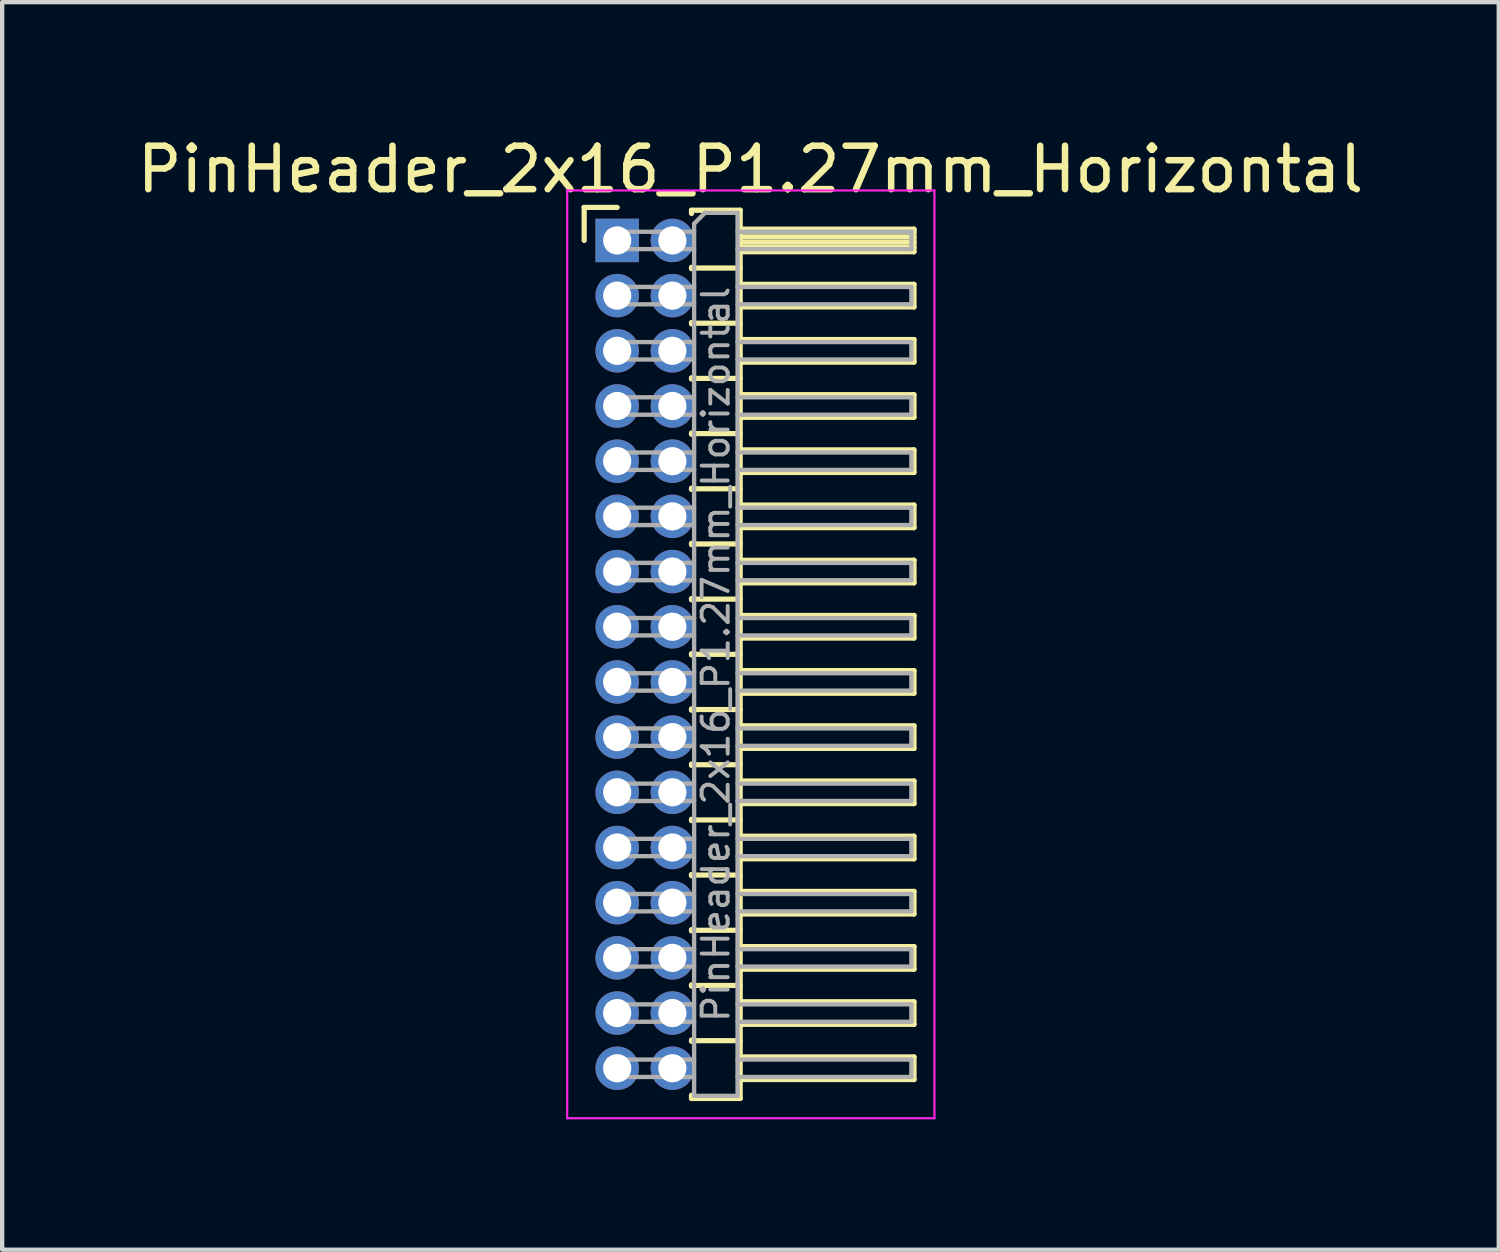
<source format=kicad_pcb>
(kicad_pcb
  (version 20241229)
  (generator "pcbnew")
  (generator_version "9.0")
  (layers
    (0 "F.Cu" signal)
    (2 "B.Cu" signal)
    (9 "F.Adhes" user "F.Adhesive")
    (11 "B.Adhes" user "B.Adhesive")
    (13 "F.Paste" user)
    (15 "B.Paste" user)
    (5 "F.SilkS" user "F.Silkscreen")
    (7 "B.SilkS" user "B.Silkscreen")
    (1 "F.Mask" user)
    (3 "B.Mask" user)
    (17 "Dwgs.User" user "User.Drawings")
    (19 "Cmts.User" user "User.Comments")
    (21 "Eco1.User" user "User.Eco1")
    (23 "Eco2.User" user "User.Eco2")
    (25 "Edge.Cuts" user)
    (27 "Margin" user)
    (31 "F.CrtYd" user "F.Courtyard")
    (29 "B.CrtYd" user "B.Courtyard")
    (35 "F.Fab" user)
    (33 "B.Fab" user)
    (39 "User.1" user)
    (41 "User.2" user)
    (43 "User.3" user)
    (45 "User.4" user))
  (footprint "PinHeader_2x16_P1.27mm_Horizontal"
    (layer "F.Cu")
    (at 11.153 2.483)
    (property "Reference" "PinHeader_2x16_P1.27mm_Horizontal" (at 3.067 -1.635 0) (layer "F.SilkS") (effects (font (size 1 1) (thickness 0.15))))
    (attr through_hole)
    (fp_line (start -0.76 -0.76) (end 0 -0.76) (stroke (width 0.12) (type solid)) (layer "F.SilkS"))
    (fp_line (start -0.76 0) (end -0.76 -0.76) (stroke (width 0.12) (type solid)) (layer "F.SilkS"))
    (fp_line (start 1.71 -0.695) (end 2.83 -0.695) (stroke (width 0.12) (type solid)) (layer "F.SilkS"))
    (fp_line (start 1.71 -0.62) (end 1.71 -0.695) (stroke (width 0.12) (type solid)) (layer "F.SilkS"))
    (fp_line (start 1.71 0.62) (end 1.71 0.65) (stroke (width 0.12) (type solid)) (layer "F.SilkS"))
    (fp_line (start 1.71 0.635) (end 2.83 0.635) (stroke (width 0.12) (type solid)) (layer "F.SilkS"))
    (fp_line (start 1.71 1.89) (end 1.71 1.92) (stroke (width 0.12) (type solid)) (layer "F.SilkS"))
    (fp_line (start 1.71 1.905) (end 2.83 1.905) (stroke (width 0.12) (type solid)) (layer "F.SilkS"))
    (fp_line (start 1.71 3.16) (end 1.71 3.19) (stroke (width 0.12) (type solid)) (layer "F.SilkS"))
    (fp_line (start 1.71 3.175) (end 2.83 3.175) (stroke (width 0.12) (type solid)) (layer "F.SilkS"))
    (fp_line (start 1.71 4.43) (end 1.71 4.46) (stroke (width 0.12) (type solid)) (layer "F.SilkS"))
    (fp_line (start 1.71 4.445) (end 2.83 4.445) (stroke (width 0.12) (type solid)) (layer "F.SilkS"))
    (fp_line (start 1.71 5.7) (end 1.71 5.73) (stroke (width 0.12) (type solid)) (layer "F.SilkS"))
    (fp_line (start 1.71 5.715) (end 2.83 5.715) (stroke (width 0.12) (type solid)) (layer "F.SilkS"))
    (fp_line (start 1.71 6.97) (end 1.71 7) (stroke (width 0.12) (type solid)) (layer "F.SilkS"))
    (fp_line (start 1.71 6.985) (end 2.83 6.985) (stroke (width 0.12) (type solid)) (layer "F.SilkS"))
    (fp_line (start 1.71 8.24) (end 1.71 8.27) (stroke (width 0.12) (type solid)) (layer "F.SilkS"))
    (fp_line (start 1.71 8.255) (end 2.83 8.255) (stroke (width 0.12) (type solid)) (layer "F.SilkS"))
    (fp_line (start 1.71 9.51) (end 1.71 9.54) (stroke (width 0.12) (type solid)) (layer "F.SilkS"))
    (fp_line (start 1.71 9.525) (end 2.83 9.525) (stroke (width 0.12) (type solid)) (layer "F.SilkS"))
    (fp_line (start 1.71 10.78) (end 1.71 10.81) (stroke (width 0.12) (type solid)) (layer "F.SilkS"))
    (fp_line (start 1.71 10.795) (end 2.83 10.795) (stroke (width 0.12) (type solid)) (layer "F.SilkS"))
    (fp_line (start 1.71 12.05) (end 1.71 12.08) (stroke (width 0.12) (type solid)) (layer "F.SilkS"))
    (fp_line (start 1.71 12.065) (end 2.83 12.065) (stroke (width 0.12) (type solid)) (layer "F.SilkS"))
    (fp_line (start 1.71 13.32) (end 1.71 13.35) (stroke (width 0.12) (type solid)) (layer "F.SilkS"))
    (fp_line (start 1.71 13.335) (end 2.83 13.335) (stroke (width 0.12) (type solid)) (layer "F.SilkS"))
    (fp_line (start 1.71 14.59) (end 1.71 14.62) (stroke (width 0.12) (type solid)) (layer "F.SilkS"))
    (fp_line (start 1.71 14.605) (end 2.83 14.605) (stroke (width 0.12) (type solid)) (layer "F.SilkS"))
    (fp_line (start 1.71 15.86) (end 1.71 15.89) (stroke (width 0.12) (type solid)) (layer "F.SilkS"))
    (fp_line (start 1.71 15.875) (end 2.83 15.875) (stroke (width 0.12) (type solid)) (layer "F.SilkS"))
    (fp_line (start 1.71 17.13) (end 1.71 17.16) (stroke (width 0.12) (type solid)) (layer "F.SilkS"))
    (fp_line (start 1.71 17.145) (end 2.83 17.145) (stroke (width 0.12) (type solid)) (layer "F.SilkS"))
    (fp_line (start 1.71 18.4) (end 1.71 18.43) (stroke (width 0.12) (type solid)) (layer "F.SilkS"))
    (fp_line (start 1.71 18.415) (end 2.83 18.415) (stroke (width 0.12) (type solid)) (layer "F.SilkS"))
    (fp_line (start 1.71 19.745) (end 1.71 19.67) (stroke (width 0.12) (type solid)) (layer "F.SilkS"))
    (fp_line (start 2.83 -0.695) (end 2.83 19.745) (stroke (width 0.12) (type solid)) (layer "F.SilkS"))
    (fp_line (start 2.83 -0.26) (end 6.83 -0.26) (stroke (width 0.12) (type solid)) (layer "F.SilkS"))
    (fp_line (start 2.83 -0.2) (end 6.83 -0.2) (stroke (width 0.12) (type solid)) (layer "F.SilkS"))
    (fp_line (start 2.83 -0.08) (end 6.83 -0.08) (stroke (width 0.12) (type solid)) (layer "F.SilkS"))
    (fp_line (start 2.83 0.04) (end 6.83 0.04) (stroke (width 0.12) (type solid)) (layer "F.SilkS"))
    (fp_line (start 2.83 0.16) (end 6.83 0.16) (stroke (width 0.12) (type solid)) (layer "F.SilkS"))
    (fp_line (start 2.83 1.01) (end 6.83 1.01) (stroke (width 0.12) (type solid)) (layer "F.SilkS"))
    (fp_line (start 2.83 2.28) (end 6.83 2.28) (stroke (width 0.12) (type solid)) (layer "F.SilkS"))
    (fp_line (start 2.83 3.55) (end 6.83 3.55) (stroke (width 0.12) (type solid)) (layer "F.SilkS"))
    (fp_line (start 2.83 4.82) (end 6.83 4.82) (stroke (width 0.12) (type solid)) (layer "F.SilkS"))
    (fp_line (start 2.83 6.09) (end 6.83 6.09) (stroke (width 0.12) (type solid)) (layer "F.SilkS"))
    (fp_line (start 2.83 7.36) (end 6.83 7.36) (stroke (width 0.12) (type solid)) (layer "F.SilkS"))
    (fp_line (start 2.83 8.63) (end 6.83 8.63) (stroke (width 0.12) (type solid)) (layer "F.SilkS"))
    (fp_line (start 2.83 9.9) (end 6.83 9.9) (stroke (width 0.12) (type solid)) (layer "F.SilkS"))
    (fp_line (start 2.83 11.17) (end 6.83 11.17) (stroke (width 0.12) (type solid)) (layer "F.SilkS"))
    (fp_line (start 2.83 12.44) (end 6.83 12.44) (stroke (width 0.12) (type solid)) (layer "F.SilkS"))
    (fp_line (start 2.83 13.71) (end 6.83 13.71) (stroke (width 0.12) (type solid)) (layer "F.SilkS"))
    (fp_line (start 2.83 14.98) (end 6.83 14.98) (stroke (width 0.12) (type solid)) (layer "F.SilkS"))
    (fp_line (start 2.83 16.25) (end 6.83 16.25) (stroke (width 0.12) (type solid)) (layer "F.SilkS"))
    (fp_line (start 2.83 17.52) (end 6.83 17.52) (stroke (width 0.12) (type solid)) (layer "F.SilkS"))
    (fp_line (start 2.83 18.79) (end 6.83 18.79) (stroke (width 0.12) (type solid)) (layer "F.SilkS"))
    (fp_line (start 2.83 19.745) (end 1.71 19.745) (stroke (width 0.12) (type solid)) (layer "F.SilkS"))
    (fp_line (start 6.83 -0.26) (end 6.83 0.26) (stroke (width 0.12) (type solid)) (layer "F.SilkS"))
    (fp_line (start 6.83 0.26) (end 2.83 0.26) (stroke (width 0.12) (type solid)) (layer "F.SilkS"))
    (fp_line (start 6.83 1.01) (end 6.83 1.53) (stroke (width 0.12) (type solid)) (layer "F.SilkS"))
    (fp_line (start 6.83 1.53) (end 2.83 1.53) (stroke (width 0.12) (type solid)) (layer "F.SilkS"))
    (fp_line (start 6.83 2.28) (end 6.83 2.8) (stroke (width 0.12) (type solid)) (layer "F.SilkS"))
    (fp_line (start 6.83 2.8) (end 2.83 2.8) (stroke (width 0.12) (type solid)) (layer "F.SilkS"))
    (fp_line (start 6.83 3.55) (end 6.83 4.07) (stroke (width 0.12) (type solid)) (layer "F.SilkS"))
    (fp_line (start 6.83 4.07) (end 2.83 4.07) (stroke (width 0.12) (type solid)) (layer "F.SilkS"))
    (fp_line (start 6.83 4.82) (end 6.83 5.34) (stroke (width 0.12) (type solid)) (layer "F.SilkS"))
    (fp_line (start 6.83 5.34) (end 2.83 5.34) (stroke (width 0.12) (type solid)) (layer "F.SilkS"))
    (fp_line (start 6.83 6.09) (end 6.83 6.61) (stroke (width 0.12) (type solid)) (layer "F.SilkS"))
    (fp_line (start 6.83 6.61) (end 2.83 6.61) (stroke (width 0.12) (type solid)) (layer "F.SilkS"))
    (fp_line (start 6.83 7.36) (end 6.83 7.88) (stroke (width 0.12) (type solid)) (layer "F.SilkS"))
    (fp_line (start 6.83 7.88) (end 2.83 7.88) (stroke (width 0.12) (type solid)) (layer "F.SilkS"))
    (fp_line (start 6.83 8.63) (end 6.83 9.15) (stroke (width 0.12) (type solid)) (layer "F.SilkS"))
    (fp_line (start 6.83 9.15) (end 2.83 9.15) (stroke (width 0.12) (type solid)) (layer "F.SilkS"))
    (fp_line (start 6.83 9.9) (end 6.83 10.42) (stroke (width 0.12) (type solid)) (layer "F.SilkS"))
    (fp_line (start 6.83 10.42) (end 2.83 10.42) (stroke (width 0.12) (type solid)) (layer "F.SilkS"))
    (fp_line (start 6.83 11.17) (end 6.83 11.69) (stroke (width 0.12) (type solid)) (layer "F.SilkS"))
    (fp_line (start 6.83 11.69) (end 2.83 11.69) (stroke (width 0.12) (type solid)) (layer "F.SilkS"))
    (fp_line (start 6.83 12.44) (end 6.83 12.96) (stroke (width 0.12) (type solid)) (layer "F.SilkS"))
    (fp_line (start 6.83 12.96) (end 2.83 12.96) (stroke (width 0.12) (type solid)) (layer "F.SilkS"))
    (fp_line (start 6.83 13.71) (end 6.83 14.23) (stroke (width 0.12) (type solid)) (layer "F.SilkS"))
    (fp_line (start 6.83 14.23) (end 2.83 14.23) (stroke (width 0.12) (type solid)) (layer "F.SilkS"))
    (fp_line (start 6.83 14.98) (end 6.83 15.5) (stroke (width 0.12) (type solid)) (layer "F.SilkS"))
    (fp_line (start 6.83 15.5) (end 2.83 15.5) (stroke (width 0.12) (type solid)) (layer "F.SilkS"))
    (fp_line (start 6.83 16.25) (end 6.83 16.77) (stroke (width 0.12) (type solid)) (layer "F.SilkS"))
    (fp_line (start 6.83 16.77) (end 2.83 16.77) (stroke (width 0.12) (type solid)) (layer "F.SilkS"))
    (fp_line (start 6.83 17.52) (end 6.83 18.04) (stroke (width 0.12) (type solid)) (layer "F.SilkS"))
    (fp_line (start 6.83 18.04) (end 2.83 18.04) (stroke (width 0.12) (type solid)) (layer "F.SilkS"))
    (fp_line (start 6.83 18.79) (end 6.83 19.31) (stroke (width 0.12) (type solid)) (layer "F.SilkS"))
    (fp_line (start 6.83 19.31) (end 2.83 19.31) (stroke (width 0.12) (type solid)) (layer "F.SilkS"))
    (fp_line (start -1.15 -1.15) (end -1.15 20.2) (stroke (width 0.05) (type solid)) (layer "F.CrtYd"))
    (fp_line (start -1.15 20.2) (end 7.3 20.2) (stroke (width 0.05) (type solid)) (layer "F.CrtYd"))
    (fp_line (start 7.3 -1.15) (end -1.15 -1.15) (stroke (width 0.05) (type solid)) (layer "F.CrtYd"))
    (fp_line (start 7.3 20.2) (end 7.3 -1.15) (stroke (width 0.05) (type solid)) (layer "F.CrtYd"))
    (fp_line (start -0.2 -0.2) (end -0.2 0.2) (stroke (width 0.1) (type solid)) (layer "F.Fab"))
    (fp_line (start -0.2 -0.2) (end 1.77 -0.2) (stroke (width 0.1) (type solid)) (layer "F.Fab"))
    (fp_line (start -0.2 0.2) (end 1.77 0.2) (stroke (width 0.1) (type solid)) (layer "F.Fab"))
    (fp_line (start -0.2 1.07) (end -0.2 1.47) (stroke (width 0.1) (type solid)) (layer "F.Fab"))
    (fp_line (start -0.2 1.07) (end 1.77 1.07) (stroke (width 0.1) (type solid)) (layer "F.Fab"))
    (fp_line (start -0.2 1.47) (end 1.77 1.47) (stroke (width 0.1) (type solid)) (layer "F.Fab"))
    (fp_line (start -0.2 2.34) (end -0.2 2.74) (stroke (width 0.1) (type solid)) (layer "F.Fab"))
    (fp_line (start -0.2 2.34) (end 1.77 2.34) (stroke (width 0.1) (type solid)) (layer "F.Fab"))
    (fp_line (start -0.2 2.74) (end 1.77 2.74) (stroke (width 0.1) (type solid)) (layer "F.Fab"))
    (fp_line (start -0.2 3.61) (end -0.2 4.01) (stroke (width 0.1) (type solid)) (layer "F.Fab"))
    (fp_line (start -0.2 3.61) (end 1.77 3.61) (stroke (width 0.1) (type solid)) (layer "F.Fab"))
    (fp_line (start -0.2 4.01) (end 1.77 4.01) (stroke (width 0.1) (type solid)) (layer "F.Fab"))
    (fp_line (start -0.2 4.88) (end -0.2 5.28) (stroke (width 0.1) (type solid)) (layer "F.Fab"))
    (fp_line (start -0.2 4.88) (end 1.77 4.88) (stroke (width 0.1) (type solid)) (layer "F.Fab"))
    (fp_line (start -0.2 5.28) (end 1.77 5.28) (stroke (width 0.1) (type solid)) (layer "F.Fab"))
    (fp_line (start -0.2 6.15) (end -0.2 6.55) (stroke (width 0.1) (type solid)) (layer "F.Fab"))
    (fp_line (start -0.2 6.15) (end 1.77 6.15) (stroke (width 0.1) (type solid)) (layer "F.Fab"))
    (fp_line (start -0.2 6.55) (end 1.77 6.55) (stroke (width 0.1) (type solid)) (layer "F.Fab"))
    (fp_line (start -0.2 7.42) (end -0.2 7.82) (stroke (width 0.1) (type solid)) (layer "F.Fab"))
    (fp_line (start -0.2 7.42) (end 1.77 7.42) (stroke (width 0.1) (type solid)) (layer "F.Fab"))
    (fp_line (start -0.2 7.82) (end 1.77 7.82) (stroke (width 0.1) (type solid)) (layer "F.Fab"))
    (fp_line (start -0.2 8.69) (end -0.2 9.09) (stroke (width 0.1) (type solid)) (layer "F.Fab"))
    (fp_line (start -0.2 8.69) (end 1.77 8.69) (stroke (width 0.1) (type solid)) (layer "F.Fab"))
    (fp_line (start -0.2 9.09) (end 1.77 9.09) (stroke (width 0.1) (type solid)) (layer "F.Fab"))
    (fp_line (start -0.2 9.96) (end -0.2 10.36) (stroke (width 0.1) (type solid)) (layer "F.Fab"))
    (fp_line (start -0.2 9.96) (end 1.77 9.96) (stroke (width 0.1) (type solid)) (layer "F.Fab"))
    (fp_line (start -0.2 10.36) (end 1.77 10.36) (stroke (width 0.1) (type solid)) (layer "F.Fab"))
    (fp_line (start -0.2 11.23) (end -0.2 11.63) (stroke (width 0.1) (type solid)) (layer "F.Fab"))
    (fp_line (start -0.2 11.23) (end 1.77 11.23) (stroke (width 0.1) (type solid)) (layer "F.Fab"))
    (fp_line (start -0.2 11.63) (end 1.77 11.63) (stroke (width 0.1) (type solid)) (layer "F.Fab"))
    (fp_line (start -0.2 12.5) (end -0.2 12.9) (stroke (width 0.1) (type solid)) (layer "F.Fab"))
    (fp_line (start -0.2 12.5) (end 1.77 12.5) (stroke (width 0.1) (type solid)) (layer "F.Fab"))
    (fp_line (start -0.2 12.9) (end 1.77 12.9) (stroke (width 0.1) (type solid)) (layer "F.Fab"))
    (fp_line (start -0.2 13.77) (end -0.2 14.17) (stroke (width 0.1) (type solid)) (layer "F.Fab"))
    (fp_line (start -0.2 13.77) (end 1.77 13.77) (stroke (width 0.1) (type solid)) (layer "F.Fab"))
    (fp_line (start -0.2 14.17) (end 1.77 14.17) (stroke (width 0.1) (type solid)) (layer "F.Fab"))
    (fp_line (start -0.2 15.04) (end -0.2 15.44) (stroke (width 0.1) (type solid)) (layer "F.Fab"))
    (fp_line (start -0.2 15.04) (end 1.77 15.04) (stroke (width 0.1) (type solid)) (layer "F.Fab"))
    (fp_line (start -0.2 15.44) (end 1.77 15.44) (stroke (width 0.1) (type solid)) (layer "F.Fab"))
    (fp_line (start -0.2 16.31) (end -0.2 16.71) (stroke (width 0.1) (type solid)) (layer "F.Fab"))
    (fp_line (start -0.2 16.31) (end 1.77 16.31) (stroke (width 0.1) (type solid)) (layer "F.Fab"))
    (fp_line (start -0.2 16.71) (end 1.77 16.71) (stroke (width 0.1) (type solid)) (layer "F.Fab"))
    (fp_line (start -0.2 17.58) (end -0.2 17.98) (stroke (width 0.1) (type solid)) (layer "F.Fab"))
    (fp_line (start -0.2 17.58) (end 1.77 17.58) (stroke (width 0.1) (type solid)) (layer "F.Fab"))
    (fp_line (start -0.2 17.98) (end 1.77 17.98) (stroke (width 0.1) (type solid)) (layer "F.Fab"))
    (fp_line (start -0.2 18.85) (end -0.2 19.25) (stroke (width 0.1) (type solid)) (layer "F.Fab"))
    (fp_line (start -0.2 18.85) (end 1.77 18.85) (stroke (width 0.1) (type solid)) (layer "F.Fab"))
    (fp_line (start -0.2 19.25) (end 1.77 19.25) (stroke (width 0.1) (type solid)) (layer "F.Fab"))
    (fp_line (start 1.77 -0.385) (end 2.02 -0.635) (stroke (width 0.1) (type solid)) (layer "F.Fab"))
    (fp_line (start 1.77 19.685) (end 1.77 -0.385) (stroke (width 0.1) (type solid)) (layer "F.Fab"))
    (fp_line (start 2.02 -0.635) (end 2.77 -0.635) (stroke (width 0.1) (type solid)) (layer "F.Fab"))
    (fp_line (start 2.77 -0.635) (end 2.77 19.685) (stroke (width 0.1) (type solid)) (layer "F.Fab"))
    (fp_line (start 2.77 -0.2) (end 6.77 -0.2) (stroke (width 0.1) (type solid)) (layer "F.Fab"))
    (fp_line (start 2.77 0.2) (end 6.77 0.2) (stroke (width 0.1) (type solid)) (layer "F.Fab"))
    (fp_line (start 2.77 1.07) (end 6.77 1.07) (stroke (width 0.1) (type solid)) (layer "F.Fab"))
    (fp_line (start 2.77 1.47) (end 6.77 1.47) (stroke (width 0.1) (type solid)) (layer "F.Fab"))
    (fp_line (start 2.77 2.34) (end 6.77 2.34) (stroke (width 0.1) (type solid)) (layer "F.Fab"))
    (fp_line (start 2.77 2.74) (end 6.77 2.74) (stroke (width 0.1) (type solid)) (layer "F.Fab"))
    (fp_line (start 2.77 3.61) (end 6.77 3.61) (stroke (width 0.1) (type solid)) (layer "F.Fab"))
    (fp_line (start 2.77 4.01) (end 6.77 4.01) (stroke (width 0.1) (type solid)) (layer "F.Fab"))
    (fp_line (start 2.77 4.88) (end 6.77 4.88) (stroke (width 0.1) (type solid)) (layer "F.Fab"))
    (fp_line (start 2.77 5.28) (end 6.77 5.28) (stroke (width 0.1) (type solid)) (layer "F.Fab"))
    (fp_line (start 2.77 6.15) (end 6.77 6.15) (stroke (width 0.1) (type solid)) (layer "F.Fab"))
    (fp_line (start 2.77 6.55) (end 6.77 6.55) (stroke (width 0.1) (type solid)) (layer "F.Fab"))
    (fp_line (start 2.77 7.42) (end 6.77 7.42) (stroke (width 0.1) (type solid)) (layer "F.Fab"))
    (fp_line (start 2.77 7.82) (end 6.77 7.82) (stroke (width 0.1) (type solid)) (layer "F.Fab"))
    (fp_line (start 2.77 8.69) (end 6.77 8.69) (stroke (width 0.1) (type solid)) (layer "F.Fab"))
    (fp_line (start 2.77 9.09) (end 6.77 9.09) (stroke (width 0.1) (type solid)) (layer "F.Fab"))
    (fp_line (start 2.77 9.96) (end 6.77 9.96) (stroke (width 0.1) (type solid)) (layer "F.Fab"))
    (fp_line (start 2.77 10.36) (end 6.77 10.36) (stroke (width 0.1) (type solid)) (layer "F.Fab"))
    (fp_line (start 2.77 11.23) (end 6.77 11.23) (stroke (width 0.1) (type solid)) (layer "F.Fab"))
    (fp_line (start 2.77 11.63) (end 6.77 11.63) (stroke (width 0.1) (type solid)) (layer "F.Fab"))
    (fp_line (start 2.77 12.5) (end 6.77 12.5) (stroke (width 0.1) (type solid)) (layer "F.Fab"))
    (fp_line (start 2.77 12.9) (end 6.77 12.9) (stroke (width 0.1) (type solid)) (layer "F.Fab"))
    (fp_line (start 2.77 13.77) (end 6.77 13.77) (stroke (width 0.1) (type solid)) (layer "F.Fab"))
    (fp_line (start 2.77 14.17) (end 6.77 14.17) (stroke (width 0.1) (type solid)) (layer "F.Fab"))
    (fp_line (start 2.77 15.04) (end 6.77 15.04) (stroke (width 0.1) (type solid)) (layer "F.Fab"))
    (fp_line (start 2.77 15.44) (end 6.77 15.44) (stroke (width 0.1) (type solid)) (layer "F.Fab"))
    (fp_line (start 2.77 16.31) (end 6.77 16.31) (stroke (width 0.1) (type solid)) (layer "F.Fab"))
    (fp_line (start 2.77 16.71) (end 6.77 16.71) (stroke (width 0.1) (type solid)) (layer "F.Fab"))
    (fp_line (start 2.77 17.58) (end 6.77 17.58) (stroke (width 0.1) (type solid)) (layer "F.Fab"))
    (fp_line (start 2.77 17.98) (end 6.77 17.98) (stroke (width 0.1) (type solid)) (layer "F.Fab"))
    (fp_line (start 2.77 18.85) (end 6.77 18.85) (stroke (width 0.1) (type solid)) (layer "F.Fab"))
    (fp_line (start 2.77 19.25) (end 6.77 19.25) (stroke (width 0.1) (type solid)) (layer "F.Fab"))
    (fp_line (start 2.77 19.685) (end 1.77 19.685) (stroke (width 0.1) (type solid)) (layer "F.Fab"))
    (fp_line (start 6.77 -0.2) (end 6.77 0.2) (stroke (width 0.1) (type solid)) (layer "F.Fab"))
    (fp_line (start 6.77 1.07) (end 6.77 1.47) (stroke (width 0.1) (type solid)) (layer "F.Fab"))
    (fp_line (start 6.77 2.34) (end 6.77 2.74) (stroke (width 0.1) (type solid)) (layer "F.Fab"))
    (fp_line (start 6.77 3.61) (end 6.77 4.01) (stroke (width 0.1) (type solid)) (layer "F.Fab"))
    (fp_line (start 6.77 4.88) (end 6.77 5.28) (stroke (width 0.1) (type solid)) (layer "F.Fab"))
    (fp_line (start 6.77 6.15) (end 6.77 6.55) (stroke (width 0.1) (type solid)) (layer "F.Fab"))
    (fp_line (start 6.77 7.42) (end 6.77 7.82) (stroke (width 0.1) (type solid)) (layer "F.Fab"))
    (fp_line (start 6.77 8.69) (end 6.77 9.09) (stroke (width 0.1) (type solid)) (layer "F.Fab"))
    (fp_line (start 6.77 9.96) (end 6.77 10.36) (stroke (width 0.1) (type solid)) (layer "F.Fab"))
    (fp_line (start 6.77 11.23) (end 6.77 11.63) (stroke (width 0.1) (type solid)) (layer "F.Fab"))
    (fp_line (start 6.77 12.5) (end 6.77 12.9) (stroke (width 0.1) (type solid)) (layer "F.Fab"))
    (fp_line (start 6.77 13.77) (end 6.77 14.17) (stroke (width 0.1) (type solid)) (layer "F.Fab"))
    (fp_line (start 6.77 15.04) (end 6.77 15.44) (stroke (width 0.1) (type solid)) (layer "F.Fab"))
    (fp_line (start 6.77 16.31) (end 6.77 16.71) (stroke (width 0.1) (type solid)) (layer "F.Fab"))
    (fp_line (start 6.77 17.58) (end 6.77 17.98) (stroke (width 0.1) (type solid)) (layer "F.Fab"))
    (fp_line (start 6.77 18.85) (end 6.77 19.25) (stroke (width 0.1) (type solid)) (layer "F.Fab"))
    (fp_text user "${REFERENCE}" (at 2.27 9.525 90) (layer "F.Fab") (effects (font (size 0.6 0.6) (thickness 0.09))))
    (pad "1" thru_hole rect (at 0 0) (size 1 1) (drill 0.65) (layers "*.Cu" "*.Mask"))
    (pad "2" thru_hole oval (at 1.27 0) (size 1 1) (drill 0.65) (layers "*.Cu" "*.Mask"))
    (pad "3" thru_hole oval (at 0 1.27) (size 1 1) (drill 0.65) (layers "*.Cu" "*.Mask"))
    (pad "4" thru_hole oval (at 1.27 1.27) (size 1 1) (drill 0.65) (layers "*.Cu" "*.Mask"))
    (pad "5" thru_hole oval (at 0 2.54) (size 1 1) (drill 0.65) (layers "*.Cu" "*.Mask"))
    (pad "6" thru_hole oval (at 1.27 2.54) (size 1 1) (drill 0.65) (layers "*.Cu" "*.Mask"))
    (pad "7" thru_hole oval (at 0 3.81) (size 1 1) (drill 0.65) (layers "*.Cu" "*.Mask"))
    (pad "8" thru_hole oval (at 1.27 3.81) (size 1 1) (drill 0.65) (layers "*.Cu" "*.Mask"))
    (pad "9" thru_hole oval (at 0 5.08) (size 1 1) (drill 0.65) (layers "*.Cu" "*.Mask"))
    (pad "10" thru_hole oval (at 1.27 5.08) (size 1 1) (drill 0.65) (layers "*.Cu" "*.Mask"))
    (pad "11" thru_hole oval (at 0 6.35) (size 1 1) (drill 0.65) (layers "*.Cu" "*.Mask"))
    (pad "12" thru_hole oval (at 1.27 6.35) (size 1 1) (drill 0.65) (layers "*.Cu" "*.Mask"))
    (pad "13" thru_hole oval (at 0 7.62) (size 1 1) (drill 0.65) (layers "*.Cu" "*.Mask"))
    (pad "14" thru_hole oval (at 1.27 7.62) (size 1 1) (drill 0.65) (layers "*.Cu" "*.Mask"))
    (pad "15" thru_hole oval (at 0 8.89) (size 1 1) (drill 0.65) (layers "*.Cu" "*.Mask"))
    (pad "16" thru_hole oval (at 1.27 8.89) (size 1 1) (drill 0.65) (layers "*.Cu" "*.Mask"))
    (pad "17" thru_hole oval (at 0 10.16) (size 1 1) (drill 0.65) (layers "*.Cu" "*.Mask"))
    (pad "18" thru_hole oval (at 1.27 10.16) (size 1 1) (drill 0.65) (layers "*.Cu" "*.Mask"))
    (pad "19" thru_hole oval (at 0 11.43) (size 1 1) (drill 0.65) (layers "*.Cu" "*.Mask"))
    (pad "20" thru_hole oval (at 1.27 11.43) (size 1 1) (drill 0.65) (layers "*.Cu" "*.Mask"))
    (pad "21" thru_hole oval (at 0 12.7) (size 1 1) (drill 0.65) (layers "*.Cu" "*.Mask"))
    (pad "22" thru_hole oval (at 1.27 12.7) (size 1 1) (drill 0.65) (layers "*.Cu" "*.Mask"))
    (pad "23" thru_hole oval (at 0 13.97) (size 1 1) (drill 0.65) (layers "*.Cu" "*.Mask"))
    (pad "24" thru_hole oval (at 1.27 13.97) (size 1 1) (drill 0.65) (layers "*.Cu" "*.Mask"))
    (pad "25" thru_hole oval (at 0 15.24) (size 1 1) (drill 0.65) (layers "*.Cu" "*.Mask"))
    (pad "26" thru_hole oval (at 1.27 15.24) (size 1 1) (drill 0.65) (layers "*.Cu" "*.Mask"))
    (pad "27" thru_hole oval (at 0 16.51) (size 1 1) (drill 0.65) (layers "*.Cu" "*.Mask"))
    (pad "28" thru_hole oval (at 1.27 16.51) (size 1 1) (drill 0.65) (layers "*.Cu" "*.Mask"))
    (pad "29" thru_hole oval (at 0 17.78) (size 1 1) (drill 0.65) (layers "*.Cu" "*.Mask"))
    (pad "30" thru_hole oval (at 1.27 17.78) (size 1 1) (drill 0.65) (layers "*.Cu" "*.Mask"))
    (pad "31" thru_hole oval (at 0 19.05) (size 1 1) (drill 0.65) (layers "*.Cu" "*.Mask"))
    (pad "32" thru_hole oval (at 1.27 19.05) (size 1 1) (drill 0.65) (layers "*.Cu" "*.Mask")))
  (gr_rect
    (start -3 -3)
    (end 31.44 25.708)
    (stroke (width 0.1) (type default))
    (fill no)
    (layer "Edge.Cuts")))
</source>
